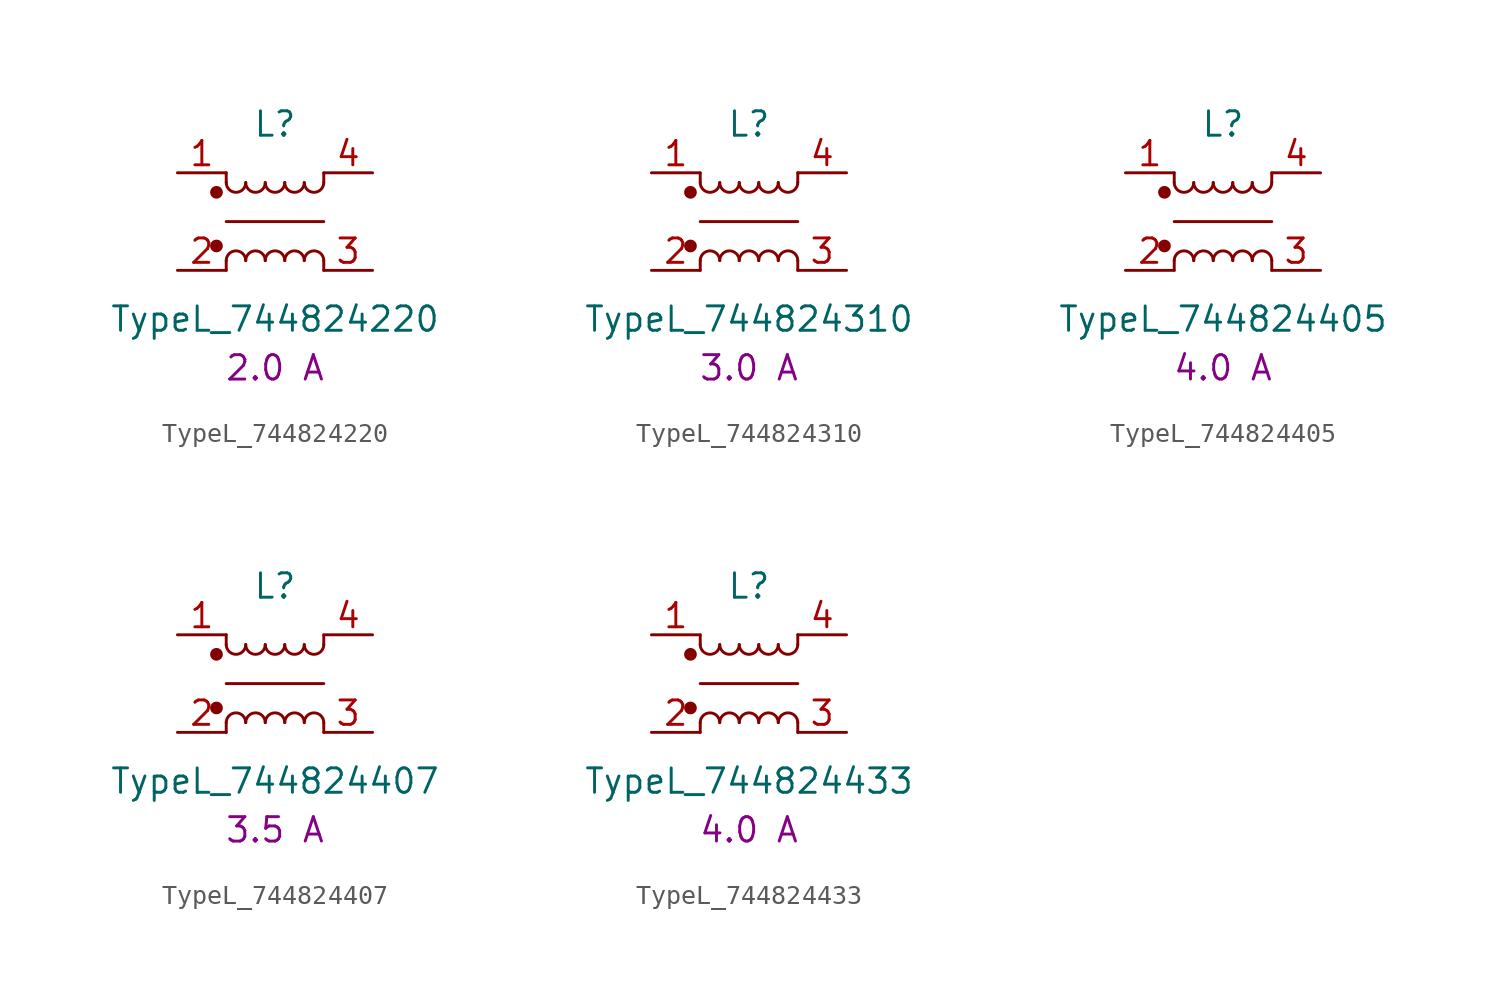
<source format=kicad_sym>
(kicad_symbol_lib
  (version 20220914)
  (generator kicad_symbol_editor)
  (symbol "TypeL_744824220"
    (pin_names hide)
    (property "Reference" "L"
      (at 0 5.08 0)
      (effects (font (size 1.27 1.27))))
    (property "Value" "TypeL_744824220"
      (at 0 -5.08 0)
      (effects (font (size 1.27 1.27))))
    (property "Critical Parameter" "2.0 A"
      (at 0 -7.62 0)
      (effects (font (size 1.27 1.27))))
    (symbol "TypeL_744824220_0_1"
      (circle (center -3.048 -1.27) (radius 0.254) (stroke (width 0) (type default)) (fill (type outline)))
      (circle (center -3.048 1.524) (radius 0.254) (stroke (width 0) (type default)) (fill (type outline)))
      (arc (start -2.54 2.032) (mid -2.032 1.5262) (end -1.524 2.032) (stroke (width 0) (type default)) (fill (type none)))
      (arc (start -1.524 -2.032) (mid -2.032 -1.5262) (end -2.54 -2.032) (stroke (width 0) (type default)) (fill (type none)))
      (arc (start -1.524 2.032) (mid -1.016 1.5262) (end -0.508 2.032) (stroke (width 0) (type default)) (fill (type none)))
      (arc (start -0.508 -2.032) (mid -1.016 -1.5262) (end -1.524 -2.032) (stroke (width 0) (type default)) (fill (type none)))
      (arc (start -0.508 2.032) (mid 0 1.5262) (end 0.508 2.032) (stroke (width 0) (type default)) (fill (type none)))
      (polyline (pts (xy -2.54 -2.032) (xy -2.54 -2.54)) (stroke (width 0) (type default)) (fill (type none)))
      (polyline (pts (xy -2.54 2.032) (xy -2.54 2.54)) (stroke (width 0) (type default)) (fill (type none)))
      (polyline (pts (xy 2.54 -2.032) (xy 2.54 -2.54)) (stroke (width 0) (type default)) (fill (type none)))
      (polyline (pts (xy 2.54 0) (xy -2.54 0)) (stroke (width 0) (type default)) (fill (type none)))
      (polyline (pts (xy 2.54 2.54) (xy 2.54 2.032)) (stroke (width 0) (type default)) (fill (type none)))
      (arc (start 0.508 -2.032) (mid 0 -1.5262) (end -0.508 -2.032) (stroke (width 0) (type default)) (fill (type none)))
      (arc (start 0.508 2.032) (mid 1.016 1.5262) (end 1.524 2.032) (stroke (width 0) (type default)) (fill (type none)))
      (arc (start 1.524 -2.032) (mid 1.016 -1.5262) (end 0.508 -2.032) (stroke (width 0) (type default)) (fill (type none)))
      (arc (start 1.524 2.032) (mid 2.032 1.5262) (end 2.54 2.032) (stroke (width 0) (type default)) (fill (type none)))
      (arc (start 2.54 -2.032) (mid 2.032 -1.5262) (end 1.524 -2.032) (stroke (width 0) (type default)) (fill (type none))))
    (symbol "TypeL_744824220_1_1"
      (pin passive line (at -5.08 2.54 0) (length 2.54) (name "1" (effects (font (size 1.27 1.27)))) (number "1" (effects (font (size 1.27 1.27)))))
      (pin passive line (at -5.08 -2.54 0) (length 2.54) (name "2" (effects (font (size 1.27 1.27)))) (number "2" (effects (font (size 1.27 1.27)))))
      (pin passive line (at 5.08 -2.54 180) (length 2.54) (name "3" (effects (font (size 1.27 1.27)))) (number "3" (effects (font (size 1.27 1.27)))))
      (pin passive line (at 5.08 2.54 180) (length 2.54) (name "4" (effects (font (size 1.27 1.27)))) (number "4" (effects (font (size 1.27 1.27)))))))
  (symbol "TypeL_744824310"
    (pin_names hide)
    (property "Reference" "L"
      (at 0 5.08 0)
      (effects (font (size 1.27 1.27))))
    (property "Value" "TypeL_744824310"
      (at 0 -5.08 0)
      (effects (font (size 1.27 1.27))))
    (property "Critical Parameter" "3.0 A"
      (at 0 -7.62 0)
      (effects (font (size 1.27 1.27))))
    (symbol "TypeL_744824310_0_1"
      (circle (center -3.048 -1.27) (radius 0.254) (stroke (width 0) (type default)) (fill (type outline)))
      (circle (center -3.048 1.524) (radius 0.254) (stroke (width 0) (type default)) (fill (type outline)))
      (arc (start -2.54 2.032) (mid -2.032 1.5262) (end -1.524 2.032) (stroke (width 0) (type default)) (fill (type none)))
      (arc (start -1.524 -2.032) (mid -2.032 -1.5262) (end -2.54 -2.032) (stroke (width 0) (type default)) (fill (type none)))
      (arc (start -1.524 2.032) (mid -1.016 1.5262) (end -0.508 2.032) (stroke (width 0) (type default)) (fill (type none)))
      (arc (start -0.508 -2.032) (mid -1.016 -1.5262) (end -1.524 -2.032) (stroke (width 0) (type default)) (fill (type none)))
      (arc (start -0.508 2.032) (mid 0 1.5262) (end 0.508 2.032) (stroke (width 0) (type default)) (fill (type none)))
      (polyline (pts (xy -2.54 -2.032) (xy -2.54 -2.54)) (stroke (width 0) (type default)) (fill (type none)))
      (polyline (pts (xy -2.54 2.032) (xy -2.54 2.54)) (stroke (width 0) (type default)) (fill (type none)))
      (polyline (pts (xy 2.54 -2.032) (xy 2.54 -2.54)) (stroke (width 0) (type default)) (fill (type none)))
      (polyline (pts (xy 2.54 0) (xy -2.54 0)) (stroke (width 0) (type default)) (fill (type none)))
      (polyline (pts (xy 2.54 2.54) (xy 2.54 2.032)) (stroke (width 0) (type default)) (fill (type none)))
      (arc (start 0.508 -2.032) (mid 0 -1.5262) (end -0.508 -2.032) (stroke (width 0) (type default)) (fill (type none)))
      (arc (start 0.508 2.032) (mid 1.016 1.5262) (end 1.524 2.032) (stroke (width 0) (type default)) (fill (type none)))
      (arc (start 1.524 -2.032) (mid 1.016 -1.5262) (end 0.508 -2.032) (stroke (width 0) (type default)) (fill (type none)))
      (arc (start 1.524 2.032) (mid 2.032 1.5262) (end 2.54 2.032) (stroke (width 0) (type default)) (fill (type none)))
      (arc (start 2.54 -2.032) (mid 2.032 -1.5262) (end 1.524 -2.032) (stroke (width 0) (type default)) (fill (type none))))
    (symbol "TypeL_744824310_1_1"
      (pin passive line (at -5.08 2.54 0) (length 2.54) (name "1" (effects (font (size 1.27 1.27)))) (number "1" (effects (font (size 1.27 1.27)))))
      (pin passive line (at -5.08 -2.54 0) (length 2.54) (name "2" (effects (font (size 1.27 1.27)))) (number "2" (effects (font (size 1.27 1.27)))))
      (pin passive line (at 5.08 -2.54 180) (length 2.54) (name "3" (effects (font (size 1.27 1.27)))) (number "3" (effects (font (size 1.27 1.27)))))
      (pin passive line (at 5.08 2.54 180) (length 2.54) (name "4" (effects (font (size 1.27 1.27)))) (number "4" (effects (font (size 1.27 1.27)))))))
  (symbol "TypeL_744824405"
    (pin_names hide)
    (property "Reference" "L"
      (at 0 5.08 0)
      (effects (font (size 1.27 1.27))))
    (property "Value" "TypeL_744824405"
      (at 0 -5.08 0)
      (effects (font (size 1.27 1.27))))
    (property "Critical Parameter" "4.0 A"
      (at 0 -7.62 0)
      (effects (font (size 1.27 1.27))))
    (symbol "TypeL_744824405_0_1"
      (circle (center -3.048 -1.27) (radius 0.254) (stroke (width 0) (type default)) (fill (type outline)))
      (circle (center -3.048 1.524) (radius 0.254) (stroke (width 0) (type default)) (fill (type outline)))
      (arc (start -2.54 2.032) (mid -2.032 1.5262) (end -1.524 2.032) (stroke (width 0) (type default)) (fill (type none)))
      (arc (start -1.524 -2.032) (mid -2.032 -1.5262) (end -2.54 -2.032) (stroke (width 0) (type default)) (fill (type none)))
      (arc (start -1.524 2.032) (mid -1.016 1.5262) (end -0.508 2.032) (stroke (width 0) (type default)) (fill (type none)))
      (arc (start -0.508 -2.032) (mid -1.016 -1.5262) (end -1.524 -2.032) (stroke (width 0) (type default)) (fill (type none)))
      (arc (start -0.508 2.032) (mid 0 1.5262) (end 0.508 2.032) (stroke (width 0) (type default)) (fill (type none)))
      (polyline (pts (xy -2.54 -2.032) (xy -2.54 -2.54)) (stroke (width 0) (type default)) (fill (type none)))
      (polyline (pts (xy -2.54 2.032) (xy -2.54 2.54)) (stroke (width 0) (type default)) (fill (type none)))
      (polyline (pts (xy 2.54 -2.032) (xy 2.54 -2.54)) (stroke (width 0) (type default)) (fill (type none)))
      (polyline (pts (xy 2.54 0) (xy -2.54 0)) (stroke (width 0) (type default)) (fill (type none)))
      (polyline (pts (xy 2.54 2.54) (xy 2.54 2.032)) (stroke (width 0) (type default)) (fill (type none)))
      (arc (start 0.508 -2.032) (mid 0 -1.5262) (end -0.508 -2.032) (stroke (width 0) (type default)) (fill (type none)))
      (arc (start 0.508 2.032) (mid 1.016 1.5262) (end 1.524 2.032) (stroke (width 0) (type default)) (fill (type none)))
      (arc (start 1.524 -2.032) (mid 1.016 -1.5262) (end 0.508 -2.032) (stroke (width 0) (type default)) (fill (type none)))
      (arc (start 1.524 2.032) (mid 2.032 1.5262) (end 2.54 2.032) (stroke (width 0) (type default)) (fill (type none)))
      (arc (start 2.54 -2.032) (mid 2.032 -1.5262) (end 1.524 -2.032) (stroke (width 0) (type default)) (fill (type none))))
    (symbol "TypeL_744824405_1_1"
      (pin passive line (at -5.08 2.54 0) (length 2.54) (name "1" (effects (font (size 1.27 1.27)))) (number "1" (effects (font (size 1.27 1.27)))))
      (pin passive line (at -5.08 -2.54 0) (length 2.54) (name "2" (effects (font (size 1.27 1.27)))) (number "2" (effects (font (size 1.27 1.27)))))
      (pin passive line (at 5.08 -2.54 180) (length 2.54) (name "3" (effects (font (size 1.27 1.27)))) (number "3" (effects (font (size 1.27 1.27)))))
      (pin passive line (at 5.08 2.54 180) (length 2.54) (name "4" (effects (font (size 1.27 1.27)))) (number "4" (effects (font (size 1.27 1.27)))))))
  (symbol "TypeL_744824407"
    (pin_names hide)
    (property "Reference" "L"
      (at 0 5.08 0)
      (effects (font (size 1.27 1.27))))
    (property "Value" "TypeL_744824407"
      (at 0 -5.08 0)
      (effects (font (size 1.27 1.27))))
    (property "Critical Parameter" "3.5 A"
      (at 0 -7.62 0)
      (effects (font (size 1.27 1.27))))
    (symbol "TypeL_744824407_0_1"
      (circle (center -3.048 -1.27) (radius 0.254) (stroke (width 0) (type default)) (fill (type outline)))
      (circle (center -3.048 1.524) (radius 0.254) (stroke (width 0) (type default)) (fill (type outline)))
      (arc (start -2.54 2.032) (mid -2.032 1.5262) (end -1.524 2.032) (stroke (width 0) (type default)) (fill (type none)))
      (arc (start -1.524 -2.032) (mid -2.032 -1.5262) (end -2.54 -2.032) (stroke (width 0) (type default)) (fill (type none)))
      (arc (start -1.524 2.032) (mid -1.016 1.5262) (end -0.508 2.032) (stroke (width 0) (type default)) (fill (type none)))
      (arc (start -0.508 -2.032) (mid -1.016 -1.5262) (end -1.524 -2.032) (stroke (width 0) (type default)) (fill (type none)))
      (arc (start -0.508 2.032) (mid 0 1.5262) (end 0.508 2.032) (stroke (width 0) (type default)) (fill (type none)))
      (polyline (pts (xy -2.54 -2.032) (xy -2.54 -2.54)) (stroke (width 0) (type default)) (fill (type none)))
      (polyline (pts (xy -2.54 2.032) (xy -2.54 2.54)) (stroke (width 0) (type default)) (fill (type none)))
      (polyline (pts (xy 2.54 -2.032) (xy 2.54 -2.54)) (stroke (width 0) (type default)) (fill (type none)))
      (polyline (pts (xy 2.54 0) (xy -2.54 0)) (stroke (width 0) (type default)) (fill (type none)))
      (polyline (pts (xy 2.54 2.54) (xy 2.54 2.032)) (stroke (width 0) (type default)) (fill (type none)))
      (arc (start 0.508 -2.032) (mid 0 -1.5262) (end -0.508 -2.032) (stroke (width 0) (type default)) (fill (type none)))
      (arc (start 0.508 2.032) (mid 1.016 1.5262) (end 1.524 2.032) (stroke (width 0) (type default)) (fill (type none)))
      (arc (start 1.524 -2.032) (mid 1.016 -1.5262) (end 0.508 -2.032) (stroke (width 0) (type default)) (fill (type none)))
      (arc (start 1.524 2.032) (mid 2.032 1.5262) (end 2.54 2.032) (stroke (width 0) (type default)) (fill (type none)))
      (arc (start 2.54 -2.032) (mid 2.032 -1.5262) (end 1.524 -2.032) (stroke (width 0) (type default)) (fill (type none))))
    (symbol "TypeL_744824407_1_1"
      (pin passive line (at -5.08 2.54 0) (length 2.54) (name "1" (effects (font (size 1.27 1.27)))) (number "1" (effects (font (size 1.27 1.27)))))
      (pin passive line (at -5.08 -2.54 0) (length 2.54) (name "2" (effects (font (size 1.27 1.27)))) (number "2" (effects (font (size 1.27 1.27)))))
      (pin passive line (at 5.08 -2.54 180) (length 2.54) (name "3" (effects (font (size 1.27 1.27)))) (number "3" (effects (font (size 1.27 1.27)))))
      (pin passive line (at 5.08 2.54 180) (length 2.54) (name "4" (effects (font (size 1.27 1.27)))) (number "4" (effects (font (size 1.27 1.27)))))))
  (symbol "TypeL_744824433"
    (pin_names hide)
    (property "Reference" "L"
      (at 0 5.08 0)
      (effects (font (size 1.27 1.27))))
    (property "Value" "TypeL_744824433"
      (at 0 -5.08 0)
      (effects (font (size 1.27 1.27))))
    (property "Critical Parameter" "4.0 A"
      (at 0 -7.62 0)
      (effects (font (size 1.27 1.27))))
    (symbol "TypeL_744824433_0_1"
      (circle (center -3.048 -1.27) (radius 0.254) (stroke (width 0) (type default)) (fill (type outline)))
      (circle (center -3.048 1.524) (radius 0.254) (stroke (width 0) (type default)) (fill (type outline)))
      (arc (start -2.54 2.032) (mid -2.032 1.5262) (end -1.524 2.032) (stroke (width 0) (type default)) (fill (type none)))
      (arc (start -1.524 -2.032) (mid -2.032 -1.5262) (end -2.54 -2.032) (stroke (width 0) (type default)) (fill (type none)))
      (arc (start -1.524 2.032) (mid -1.016 1.5262) (end -0.508 2.032) (stroke (width 0) (type default)) (fill (type none)))
      (arc (start -0.508 -2.032) (mid -1.016 -1.5262) (end -1.524 -2.032) (stroke (width 0) (type default)) (fill (type none)))
      (arc (start -0.508 2.032) (mid 0 1.5262) (end 0.508 2.032) (stroke (width 0) (type default)) (fill (type none)))
      (polyline (pts (xy -2.54 -2.032) (xy -2.54 -2.54)) (stroke (width 0) (type default)) (fill (type none)))
      (polyline (pts (xy -2.54 2.032) (xy -2.54 2.54)) (stroke (width 0) (type default)) (fill (type none)))
      (polyline (pts (xy 2.54 -2.032) (xy 2.54 -2.54)) (stroke (width 0) (type default)) (fill (type none)))
      (polyline (pts (xy 2.54 0) (xy -2.54 0)) (stroke (width 0) (type default)) (fill (type none)))
      (polyline (pts (xy 2.54 2.54) (xy 2.54 2.032)) (stroke (width 0) (type default)) (fill (type none)))
      (arc (start 0.508 -2.032) (mid 0 -1.5262) (end -0.508 -2.032) (stroke (width 0) (type default)) (fill (type none)))
      (arc (start 0.508 2.032) (mid 1.016 1.5262) (end 1.524 2.032) (stroke (width 0) (type default)) (fill (type none)))
      (arc (start 1.524 -2.032) (mid 1.016 -1.5262) (end 0.508 -2.032) (stroke (width 0) (type default)) (fill (type none)))
      (arc (start 1.524 2.032) (mid 2.032 1.5262) (end 2.54 2.032) (stroke (width 0) (type default)) (fill (type none)))
      (arc (start 2.54 -2.032) (mid 2.032 -1.5262) (end 1.524 -2.032) (stroke (width 0) (type default)) (fill (type none))))
    (symbol "TypeL_744824433_1_1"
      (pin passive line (at -5.08 2.54 0) (length 2.54) (name "1" (effects (font (size 1.27 1.27)))) (number "1" (effects (font (size 1.27 1.27)))))
      (pin passive line (at -5.08 -2.54 0) (length 2.54) (name "2" (effects (font (size 1.27 1.27)))) (number "2" (effects (font (size 1.27 1.27)))))
      (pin passive line (at 5.08 -2.54 180) (length 2.54) (name "3" (effects (font (size 1.27 1.27)))) (number "3" (effects (font (size 1.27 1.27)))))
      (pin passive line (at 5.08 2.54 180) (length 2.54) (name "4" (effects (font (size 1.27 1.27)))) (number "4" (effects (font (size 1.27 1.27))))))))
</source>
